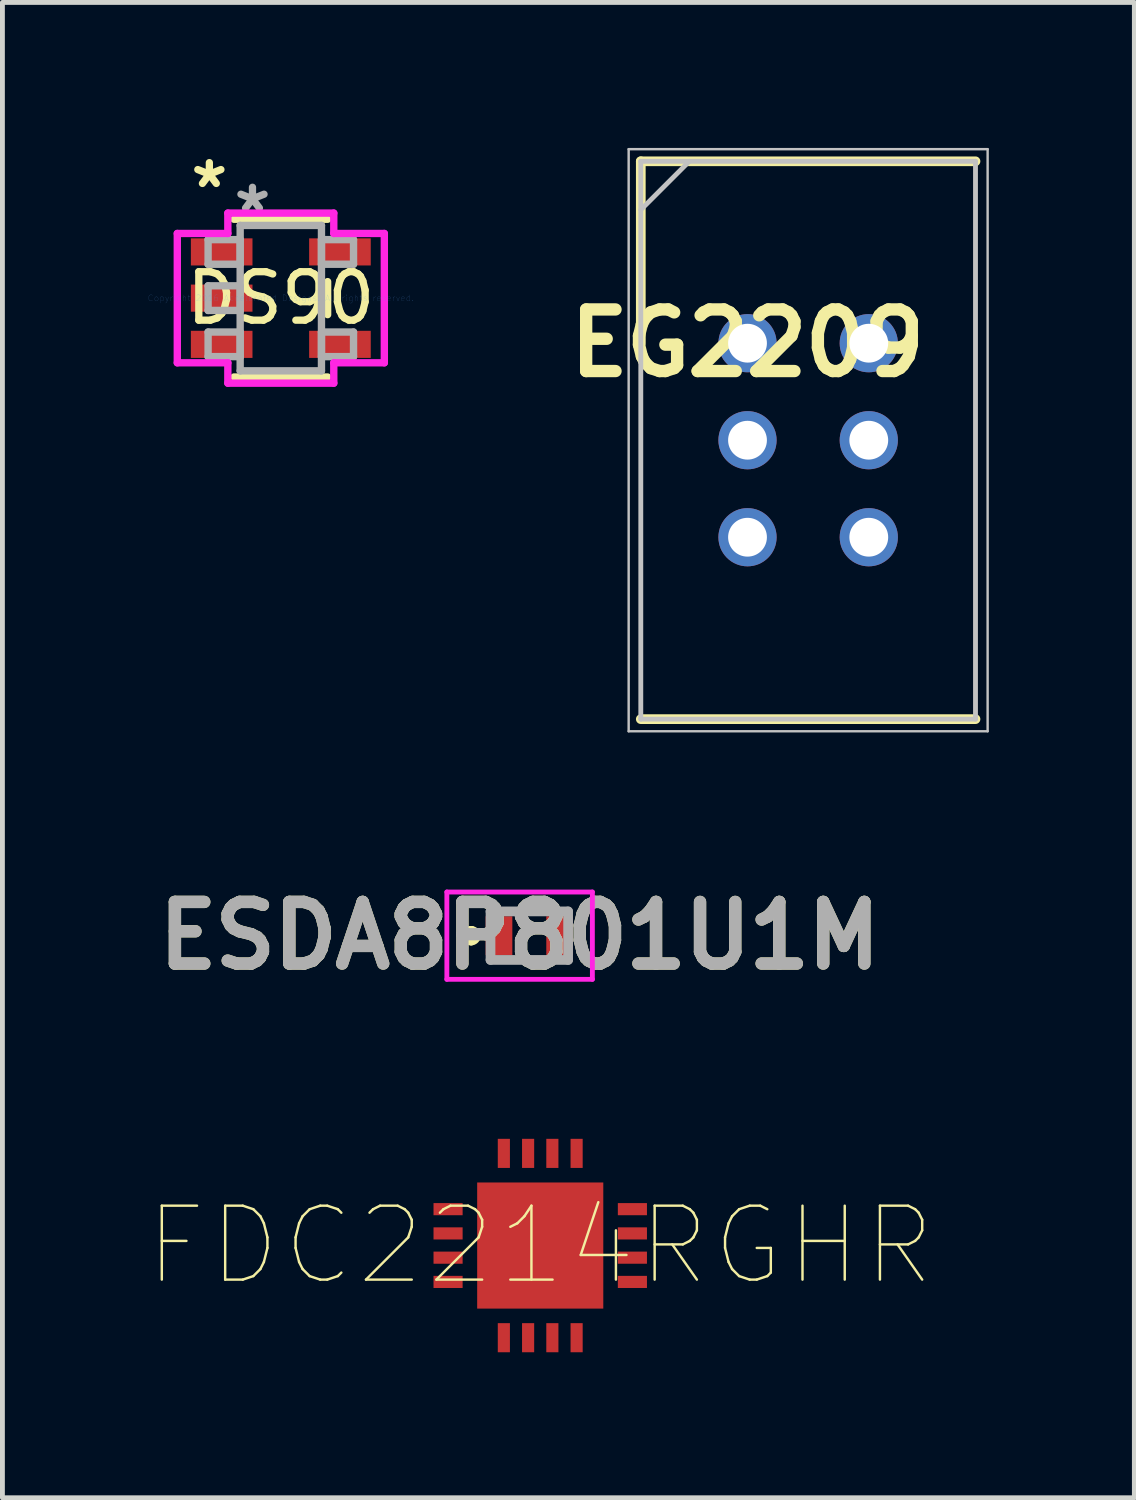
<source format=kicad_pcb>
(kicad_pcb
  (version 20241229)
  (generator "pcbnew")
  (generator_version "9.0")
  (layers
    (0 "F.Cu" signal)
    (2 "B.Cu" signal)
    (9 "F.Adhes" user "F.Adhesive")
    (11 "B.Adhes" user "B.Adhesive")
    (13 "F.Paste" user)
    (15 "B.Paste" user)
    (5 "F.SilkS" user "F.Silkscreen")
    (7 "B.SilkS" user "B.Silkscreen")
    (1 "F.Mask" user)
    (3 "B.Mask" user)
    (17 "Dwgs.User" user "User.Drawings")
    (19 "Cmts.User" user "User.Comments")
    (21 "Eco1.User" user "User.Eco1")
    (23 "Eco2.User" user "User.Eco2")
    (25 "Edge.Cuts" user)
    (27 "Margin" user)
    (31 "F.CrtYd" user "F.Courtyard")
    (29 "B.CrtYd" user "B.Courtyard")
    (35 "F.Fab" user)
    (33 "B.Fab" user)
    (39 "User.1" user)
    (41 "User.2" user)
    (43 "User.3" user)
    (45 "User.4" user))
  (footprint "ESDA8P801U1M"
    (layer "F.Cu")
    (at 7.862 16.239)
    (property "Reference" "ESDA8P801U1M" (at -0.2 0 0) (layer "F.SilkS") (effects (font (size 1.27 1.27) (thickness 0.254))))
    (attr smd)
    (fp_line (start -1.2 -0.1) (end -1.2 -0.1) (stroke (width 0.2) (type solid)) (layer "F.SilkS"))
    (fp_line (start -1.2 0.1) (end -1.2 0.1) (stroke (width 0.2) (type solid)) (layer "F.SilkS"))
    (fp_line (start -0.2 -0.5) (end 0.2 -0.5) (stroke (width 0.1) (type solid)) (layer "F.SilkS"))
    (fp_line (start -0.2 0.5) (end 0.2 0.5) (stroke (width 0.1) (type solid)) (layer "F.SilkS"))
    (fp_arc (start -1.2 -0.1) (mid -1.1 0) (end -1.2 0.1) (stroke (width 0.2) (type solid)) (layer "F.SilkS"))
    (fp_arc (start -1.2 0.1) (mid -1.3 0) (end -1.2 -0.1) (stroke (width 0.2) (type solid)) (layer "F.SilkS"))
    (fp_line (start -1.7 -0.9) (end 1.3 -0.9) (stroke (width 0.1) (type solid)) (layer "F.CrtYd"))
    (fp_line (start -1.7 0.9) (end -1.7 -0.9) (stroke (width 0.1) (type solid)) (layer "F.CrtYd"))
    (fp_line (start 1.3 -0.9) (end 1.3 0.9) (stroke (width 0.1) (type solid)) (layer "F.CrtYd"))
    (fp_line (start 1.3 0.9) (end -1.7 0.9) (stroke (width 0.1) (type solid)) (layer "F.CrtYd"))
    (fp_line (start -0.8 -0.5) (end 0.8 -0.5) (stroke (width 0.2) (type solid)) (layer "F.Fab"))
    (fp_line (start -0.8 0.5) (end -0.8 -0.5) (stroke (width 0.2) (type solid)) (layer "F.Fab"))
    (fp_line (start 0.8 -0.5) (end 0.8 0.5) (stroke (width 0.2) (type solid)) (layer "F.Fab"))
    (fp_line (start 0.8 0.5) (end -0.8 0.5) (stroke (width 0.2) (type solid)) (layer "F.Fab"))
    (fp_text user "${REFERENCE}" (at -0.2 0 0) (layer "F.Fab") (effects (font (size 1.27 1.27) (thickness 0.254))))
    (pad "1" smd rect (at -0.625 0) (size 0.55 0.8) (layers "F.Cu" "F.Mask" "F.Paste"))
    (pad "2" smd rect (at 0.625 0) (size 0.55 0.8) (layers "F.Cu" "F.Mask" "F.Paste")))
  (footprint "EG2209"
    (layer "F.Cu")
    (at 12.36 4.025)
    (property "Reference" "EG2209" (at 0 0 0) (layer "F.SilkS") (effects (font (size 1.27 1.27) (thickness 0.254))))
    (attr through_hole)
    (fp_line (start -2.2 -3.75) (end -2.2 0) (stroke (width 0.2) (type solid)) (layer "F.SilkS"))
    (fp_line (start -2.2 7.75) (end 4.7 7.75) (stroke (width 0.2) (type solid)) (layer "F.SilkS"))
    (fp_line (start 4.7 -3.75) (end -2.2 -3.75) (stroke (width 0.2) (type solid)) (layer "F.SilkS"))
    (fp_line (start -2.45 -4) (end 4.95 -4) (stroke (width 0.05) (type solid)) (layer "Dwgs.User"))
    (fp_line (start -2.45 8) (end -2.45 -4) (stroke (width 0.05) (type solid)) (layer "Dwgs.User"))
    (fp_line (start -2.2 -3.75) (end 4.7 -3.75) (stroke (width 0.1) (type solid)) (layer "Dwgs.User"))
    (fp_line (start -2.2 -2.75) (end -1.2 -3.75) (stroke (width 0.1) (type solid)) (layer "Dwgs.User"))
    (fp_line (start -2.2 7.75) (end -2.2 -3.75) (stroke (width 0.1) (type solid)) (layer "Dwgs.User"))
    (fp_line (start 4.7 -3.75) (end 4.7 7.75) (stroke (width 0.1) (type solid)) (layer "Dwgs.User"))
    (fp_line (start 4.7 7.75) (end -2.2 7.75) (stroke (width 0.1) (type solid)) (layer "Dwgs.User"))
    (fp_line (start 4.95 -4) (end 4.95 8) (stroke (width 0.05) (type solid)) (layer "Dwgs.User"))
    (fp_line (start 4.95 8) (end -2.45 8) (stroke (width 0.05) (type solid)) (layer "Dwgs.User"))
    (pad "1" thru_hole circle (at 0 0) (size 1.2 1.2) (drill 0.8) (layers "*.Cu" "*.Mask"))
    (pad "2" thru_hole circle (at 0 2) (size 1.2 1.2) (drill 0.8) (layers "*.Cu" "*.Mask"))
    (pad "3" thru_hole circle (at 0 4) (size 1.2 1.2) (drill 0.8) (layers "*.Cu" "*.Mask"))
    (pad "4" thru_hole circle (at 2.5 4) (size 1.2 1.2) (drill 0.8) (layers "*.Cu" "*.Mask"))
    (pad "5" thru_hole circle (at 2.5 2) (size 1.2 1.2) (drill 0.8) (layers "*.Cu" "*.Mask"))
    (pad "6" thru_hole circle (at 2.5 0) (size 1.2 1.2) (drill 0.8) (layers "*.Cu" "*.Mask")))
  (footprint "DS90"
    (layer "F.Cu")
    (at 2.739 3.096)
    (property "Reference" "DS90" (at 0 0 0) (layer "F.SilkS") (effects (font (size 1 1) (thickness 0.15))))
    (attr through_hole)
    (fp_line (start -0.965 1.626) (end 0.965 1.626) (stroke (width 0.152) (type solid)) (layer "F.SilkS"))
    (fp_line (start 0.965 -1.626) (end -0.965 -1.626) (stroke (width 0.152) (type solid)) (layer "F.SilkS"))
    (fp_line (start 0.965 0.34) (end 0.965 -0.34) (stroke (width 0.152) (type solid)) (layer "F.SilkS"))
    (fp_line (start -2.134 -1.333) (end -1.092 -1.333) (stroke (width 0.152) (type solid)) (layer "F.CrtYd"))
    (fp_line (start -2.134 1.333) (end -2.134 -1.333) (stroke (width 0.152) (type solid)) (layer "F.CrtYd"))
    (fp_line (start -1.092 -1.753) (end 1.092 -1.753) (stroke (width 0.152) (type solid)) (layer "F.CrtYd"))
    (fp_line (start -1.092 -1.333) (end -1.092 -1.753) (stroke (width 0.152) (type solid)) (layer "F.CrtYd"))
    (fp_line (start -1.092 1.333) (end -2.134 1.333) (stroke (width 0.152) (type solid)) (layer "F.CrtYd"))
    (fp_line (start -1.092 1.753) (end -1.092 1.333) (stroke (width 0.152) (type solid)) (layer "F.CrtYd"))
    (fp_line (start 1.092 -1.753) (end 1.092 -1.333) (stroke (width 0.152) (type solid)) (layer "F.CrtYd"))
    (fp_line (start 1.092 -1.333) (end 2.134 -1.333) (stroke (width 0.152) (type solid)) (layer "F.CrtYd"))
    (fp_line (start 1.092 1.333) (end 1.092 1.753) (stroke (width 0.152) (type solid)) (layer "F.CrtYd"))
    (fp_line (start 1.092 1.753) (end -1.092 1.753) (stroke (width 0.152) (type solid)) (layer "F.CrtYd"))
    (fp_line (start 2.134 -1.333) (end 2.134 1.333) (stroke (width 0.152) (type solid)) (layer "F.CrtYd"))
    (fp_line (start 2.134 1.333) (end 1.092 1.333) (stroke (width 0.152) (type solid)) (layer "F.CrtYd"))
    (fp_line (start -1.499 -1.206) (end -1.499 -0.699) (stroke (width 0.152) (type solid)) (layer "F.Fab"))
    (fp_line (start -1.499 -0.699) (end -0.838 -0.699) (stroke (width 0.152) (type solid)) (layer "F.Fab"))
    (fp_line (start -1.499 -0.254) (end -1.499 0.254) (stroke (width 0.152) (type solid)) (layer "F.Fab"))
    (fp_line (start -1.499 0.254) (end -0.838 0.254) (stroke (width 0.152) (type solid)) (layer "F.Fab"))
    (fp_line (start -1.499 0.699) (end -1.499 1.206) (stroke (width 0.152) (type solid)) (layer "F.Fab"))
    (fp_line (start -1.499 1.206) (end -0.838 1.206) (stroke (width 0.152) (type solid)) (layer "F.Fab"))
    (fp_line (start -0.838 -1.499) (end -0.838 1.499) (stroke (width 0.152) (type solid)) (layer "F.Fab"))
    (fp_line (start -0.838 -1.206) (end -1.499 -1.206) (stroke (width 0.152) (type solid)) (layer "F.Fab"))
    (fp_line (start -0.838 -0.699) (end -0.838 -1.206) (stroke (width 0.152) (type solid)) (layer "F.Fab"))
    (fp_line (start -0.838 -0.254) (end -1.499 -0.254) (stroke (width 0.152) (type solid)) (layer "F.Fab"))
    (fp_line (start -0.838 0.254) (end -0.838 -0.254) (stroke (width 0.152) (type solid)) (layer "F.Fab"))
    (fp_line (start -0.838 0.699) (end -1.499 0.699) (stroke (width 0.152) (type solid)) (layer "F.Fab"))
    (fp_line (start -0.838 1.206) (end -0.838 0.699) (stroke (width 0.152) (type solid)) (layer "F.Fab"))
    (fp_line (start -0.838 1.499) (end 0.838 1.499) (stroke (width 0.152) (type solid)) (layer "F.Fab"))
    (fp_line (start 0.838 -1.499) (end -0.838 -1.499) (stroke (width 0.152) (type solid)) (layer "F.Fab"))
    (fp_line (start 0.838 -1.206) (end 0.838 -0.699) (stroke (width 0.152) (type solid)) (layer "F.Fab"))
    (fp_line (start 0.838 -0.699) (end 1.499 -0.699) (stroke (width 0.152) (type solid)) (layer "F.Fab"))
    (fp_line (start 0.838 0.699) (end 0.838 1.206) (stroke (width 0.152) (type solid)) (layer "F.Fab"))
    (fp_line (start 0.838 1.206) (end 1.499 1.206) (stroke (width 0.152) (type solid)) (layer "F.Fab"))
    (fp_line (start 0.838 1.499) (end 0.838 -1.499) (stroke (width 0.152) (type solid)) (layer "F.Fab"))
    (fp_line (start 1.499 -1.206) (end 0.838 -1.206) (stroke (width 0.152) (type solid)) (layer "F.Fab"))
    (fp_line (start 1.499 -0.699) (end 1.499 -1.206) (stroke (width 0.152) (type solid)) (layer "F.Fab"))
    (fp_line (start 1.499 0.699) (end 0.838 0.699) (stroke (width 0.152) (type solid)) (layer "F.Fab"))
    (fp_line (start 1.499 1.206) (end 1.499 0.699) (stroke (width 0.152) (type solid)) (layer "F.Fab"))
    (fp_text user "*" (at -1.473 -2.248 0) (layer "F.SilkS") (effects (font (size 1 1) (thickness 0.15))))
    (fp_text user "Copyright 2016 Accelerated Designs. All rights reserved." (at 0 0 0) (layer "Cmts.User") (effects (font (size 0.127 0.127) (thickness 0.002))))
    (fp_text user "*" (at -0.584 -1.74 0) (layer "F.Fab") (effects (font (size 1 1) (thickness 0.15))))
    (pad "1" smd rect (at -1.219 -0.953) (size 1.27 0.559) (layers "F.Cu" "F.Mask" "F.Paste"))
    (pad "2" smd rect (at -1.219 0) (size 1.27 0.559) (layers "F.Cu" "F.Mask" "F.Paste"))
    (pad "3" smd rect (at -1.219 0.953) (size 1.27 0.559) (layers "F.Cu" "F.Mask" "F.Paste"))
    (pad "4" smd rect (at 1.219 0.953) (size 1.27 0.559) (layers "F.Cu" "F.Mask" "F.Paste"))
    (pad "5" smd rect (at 1.219 -0.953) (size 1.27 0.559) (layers "F.Cu" "F.Mask" "F.Paste")))
  (footprint "FDC2214RGHR"
    (layer "F.Cu")
    (at 8.087 22.627)
    (property "Reference" "FDC2214RGHR" (at 0 0 0) (layer "F.SilkS") (effects (font (size 1.524 1.524) (thickness 0.05))))
    (attr smd)
    (pad "1" smd rect (at -1.9 -0.75 90) (size 0.25 0.6) (layers "F.Cu" "F.Mask" "F.Paste"))
    (pad "2" smd rect (at -1.9 -0.25 90) (size 0.25 0.6) (layers "F.Cu" "F.Mask" "F.Paste"))
    (pad "3" smd rect (at -1.9 0.25 90) (size 0.25 0.6) (layers "F.Cu" "F.Mask" "F.Paste"))
    (pad "4" smd rect (at -1.9 0.75 90) (size 0.25 0.6) (layers "F.Cu" "F.Mask" "F.Paste"))
    (pad "5" smd rect (at -0.75 1.9) (size 0.25 0.6) (layers "F.Cu" "F.Mask" "F.Paste"))
    (pad "6" smd rect (at -0.25 1.9) (size 0.25 0.6) (layers "F.Cu" "F.Mask" "F.Paste"))
    (pad "7" smd rect (at 0.25 1.9) (size 0.25 0.6) (layers "F.Cu" "F.Mask" "F.Paste"))
    (pad "8" smd rect (at 0.75 1.9) (size 0.25 0.6) (layers "F.Cu" "F.Mask" "F.Paste"))
    (pad "9" smd rect (at 1.9 0.75 90) (size 0.25 0.6) (layers "F.Cu" "F.Mask" "F.Paste"))
    (pad "10" smd rect (at 1.9 0.25 90) (size 0.25 0.6) (layers "F.Cu" "F.Mask" "F.Paste"))
    (pad "11" smd rect (at 1.9 -0.25 90) (size 0.25 0.6) (layers "F.Cu" "F.Mask" "F.Paste"))
    (pad "12" smd rect (at 1.9 -0.75 90) (size 0.25 0.6) (layers "F.Cu" "F.Mask" "F.Paste"))
    (pad "13" smd rect (at 0.75 -1.9) (size 0.25 0.6) (layers "F.Cu" "F.Mask" "F.Paste"))
    (pad "14" smd rect (at 0.25 -1.9) (size 0.25 0.6) (layers "F.Cu" "F.Mask" "F.Paste"))
    (pad "15" smd rect (at -0.25 -1.9) (size 0.25 0.6) (layers "F.Cu" "F.Mask" "F.Paste"))
    (pad "16" smd rect (at -0.75 -1.9) (size 0.25 0.6) (layers "F.Cu" "F.Mask" "F.Paste"))
    (pad "17" smd rect (at 0 -0.00001) (size 2.6 2.6) (layers "F.Cu" "F.Mask" "F.Paste")))
  (gr_rect
    (start -3 -3)
    (end 20.335 27.827)
    (stroke (width 0.1) (type default))
    (fill no)
    (layer "Edge.Cuts")))
</source>
